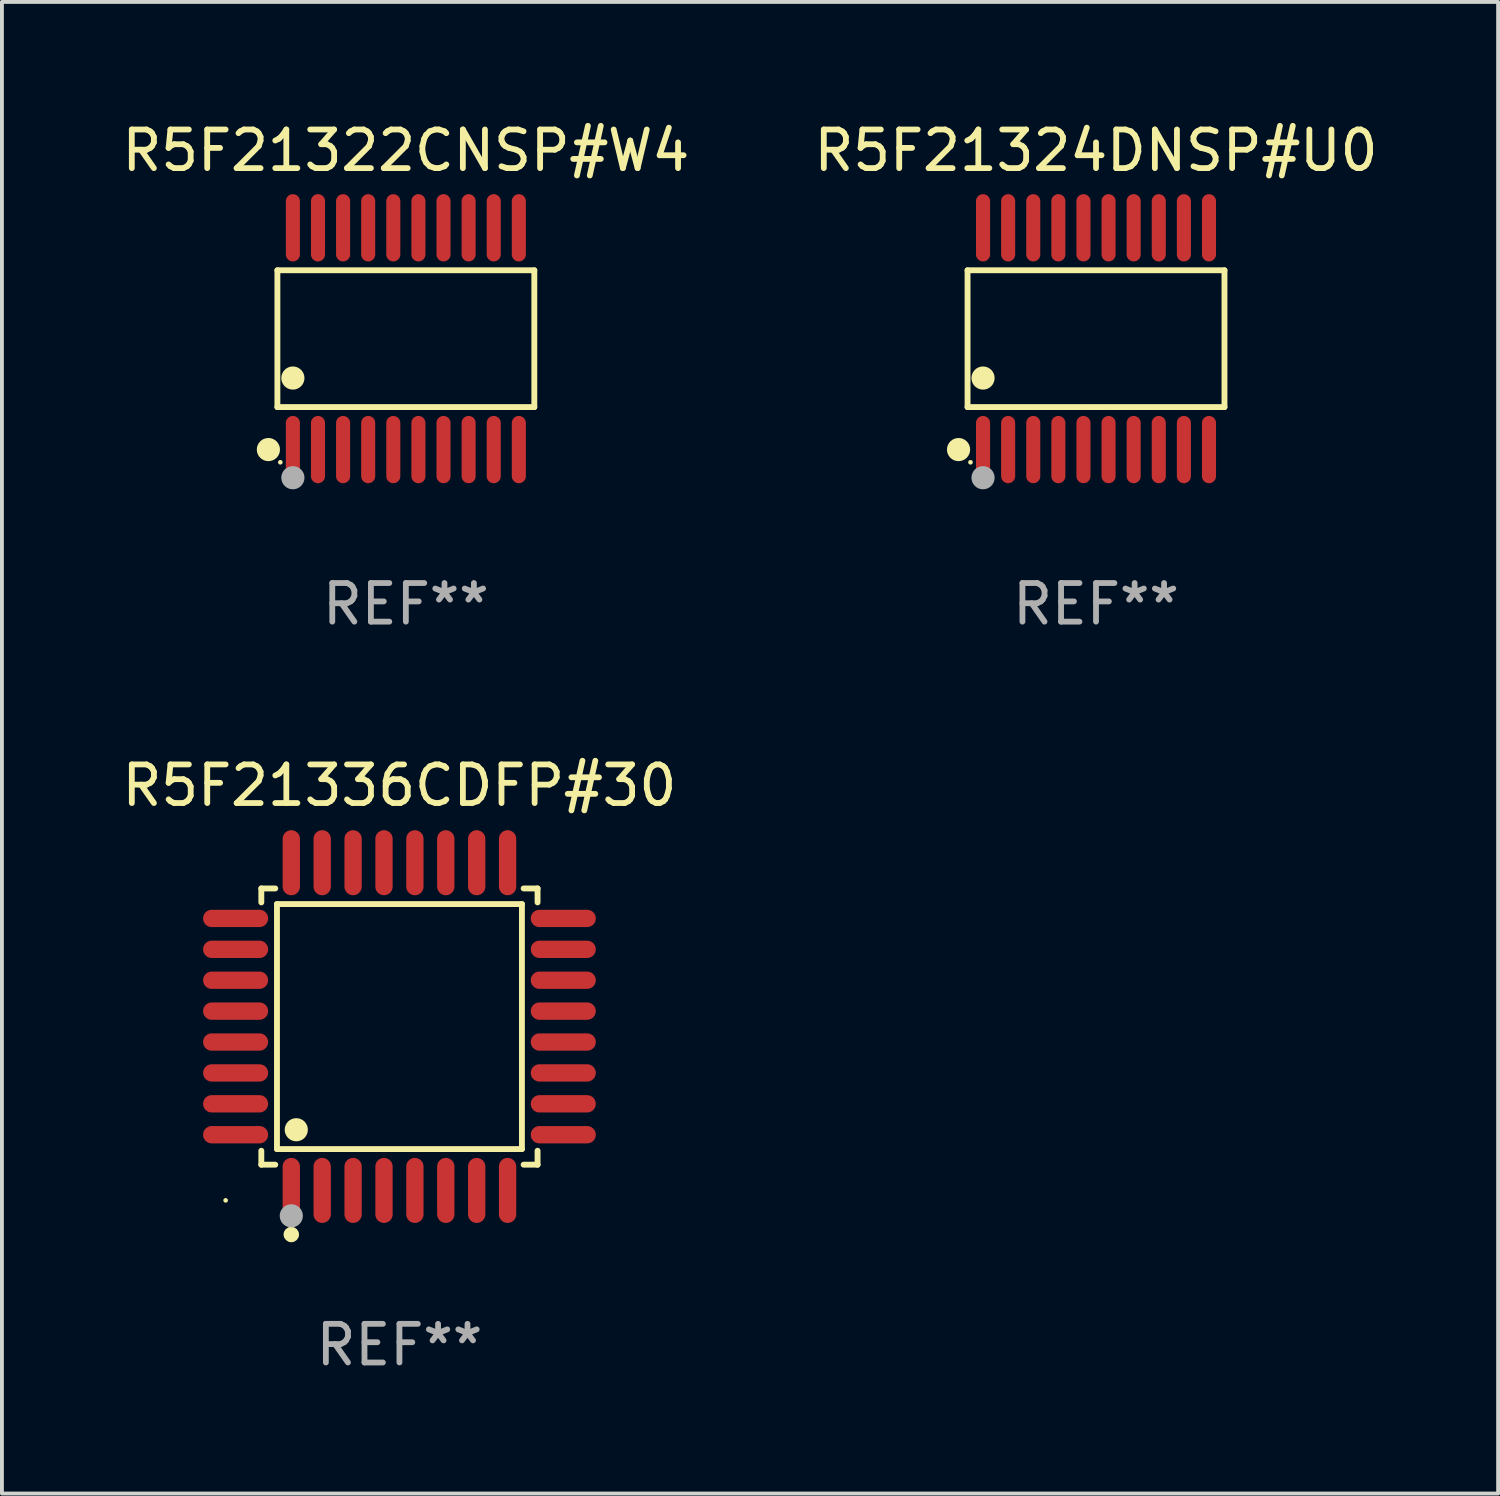
<source format=kicad_pcb>
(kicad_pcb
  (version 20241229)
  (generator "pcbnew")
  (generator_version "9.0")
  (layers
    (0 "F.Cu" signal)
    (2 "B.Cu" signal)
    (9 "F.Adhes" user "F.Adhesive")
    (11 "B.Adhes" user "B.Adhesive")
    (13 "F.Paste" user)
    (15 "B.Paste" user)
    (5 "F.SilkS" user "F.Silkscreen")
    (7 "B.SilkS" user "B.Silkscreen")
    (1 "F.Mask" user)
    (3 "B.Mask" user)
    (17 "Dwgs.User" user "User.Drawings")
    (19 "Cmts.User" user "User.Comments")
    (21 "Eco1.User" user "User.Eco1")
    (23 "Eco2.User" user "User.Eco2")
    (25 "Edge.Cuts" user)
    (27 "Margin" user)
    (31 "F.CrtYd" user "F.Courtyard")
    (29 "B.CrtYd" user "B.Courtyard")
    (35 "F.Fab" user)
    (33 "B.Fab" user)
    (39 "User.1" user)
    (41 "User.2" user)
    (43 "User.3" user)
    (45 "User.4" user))
  (footprint "R5F21324DNSP#U0"
    (layer "F.Cu")
    (at 25.327 5.719)
    (property "Reference" "R5F21324DNSP#U0" (at 0 -4.871 0) (layer "F.SilkS") (effects (font (size 1 1) (thickness 0.15))))
    (attr through_hole)
    (fp_line (start -3.326 -1.771) (end 3.326 -1.771) (stroke (width 0.152) (type solid)) (layer "F.SilkS"))
    (fp_line (start -3.326 1.771) (end -3.326 -1.771) (stroke (width 0.152) (type solid)) (layer "F.SilkS"))
    (fp_line (start 3.326 -1.771) (end 3.326 1.771) (stroke (width 0.152) (type solid)) (layer "F.SilkS"))
    (fp_line (start 3.326 1.771) (end -3.326 1.771) (stroke (width 0.152) (type solid)) (layer "F.SilkS"))
    (fp_circle (center -3.559 2.871) (end -3.409 2.871) (stroke (width 0.3) (type solid)) (fill no) (layer "F.SilkS"))
    (fp_circle (center -3.25 3.2) (end -3.22 3.2) (stroke (width 0.06) (type solid)) (fill no) (layer "F.SilkS"))
    (fp_circle (center -2.925 1.019) (end -2.775 1.019) (stroke (width 0.3) (type solid)) (fill no) (layer "F.SilkS"))
    (fp_circle (center -2.925 3.6) (end -2.775 3.6) (stroke (width 0.3) (type solid)) (fill no) (layer "F.Fab"))
    (fp_text user "REF**" (at 0 6.871 0) (layer "F.Fab") (effects (font (size 1 1) (thickness 0.15))))
    (pad "1" smd oval (at -2.925 2.871) (size 0.364 1.742) (layers "F.Cu" "F.Mask" "F.Paste"))
    (pad "2" smd oval (at -2.275 2.871) (size 0.364 1.742) (layers "F.Cu" "F.Mask" "F.Paste"))
    (pad "3" smd oval (at -1.625 2.871) (size 0.364 1.742) (layers "F.Cu" "F.Mask" "F.Paste"))
    (pad "4" smd oval (at -0.975 2.871) (size 0.364 1.742) (layers "F.Cu" "F.Mask" "F.Paste"))
    (pad "5" smd oval (at -0.325 2.871) (size 0.364 1.742) (layers "F.Cu" "F.Mask" "F.Paste"))
    (pad "6" smd oval (at 0.325 2.871) (size 0.364 1.742) (layers "F.Cu" "F.Mask" "F.Paste"))
    (pad "7" smd oval (at 0.975 2.871) (size 0.364 1.742) (layers "F.Cu" "F.Mask" "F.Paste"))
    (pad "8" smd oval (at 1.625 2.871) (size 0.364 1.742) (layers "F.Cu" "F.Mask" "F.Paste"))
    (pad "9" smd oval (at 2.275 2.871) (size 0.364 1.742) (layers "F.Cu" "F.Mask" "F.Paste"))
    (pad "10" smd oval (at 2.925 2.871) (size 0.364 1.742) (layers "F.Cu" "F.Mask" "F.Paste"))
    (pad "11" smd oval (at 2.925 -2.871) (size 0.364 1.742) (layers "F.Cu" "F.Mask" "F.Paste"))
    (pad "12" smd oval (at 2.275 -2.871) (size 0.364 1.742) (layers "F.Cu" "F.Mask" "F.Paste"))
    (pad "13" smd oval (at 1.625 -2.871) (size 0.364 1.742) (layers "F.Cu" "F.Mask" "F.Paste"))
    (pad "14" smd oval (at 0.975 -2.871) (size 0.364 1.742) (layers "F.Cu" "F.Mask" "F.Paste"))
    (pad "15" smd oval (at 0.325 -2.871) (size 0.364 1.742) (layers "F.Cu" "F.Mask" "F.Paste"))
    (pad "16" smd oval (at -0.325 -2.871) (size 0.364 1.742) (layers "F.Cu" "F.Mask" "F.Paste"))
    (pad "17" smd oval (at -0.975 -2.871) (size 0.364 1.742) (layers "F.Cu" "F.Mask" "F.Paste"))
    (pad "18" smd oval (at -1.625 -2.871) (size 0.364 1.742) (layers "F.Cu" "F.Mask" "F.Paste"))
    (pad "19" smd oval (at -2.275 -2.871) (size 0.364 1.742) (layers "F.Cu" "F.Mask" "F.Paste"))
    (pad "20" smd oval (at -2.925 -2.871) (size 0.364 1.742) (layers "F.Cu" "F.Mask" "F.Paste")))
  (footprint "R5F21336CDFP#30"
    (layer "F.Cu")
    (at 7.292 23.529)
    (property "Reference" "R5F21336CDFP#30" (at 0 -6.242 0) (layer "F.SilkS") (effects (font (size 1 1) (thickness 0.15))))
    (attr through_hole)
    (fp_line (start -3.576 -3.576) (end -3.215 -3.576) (stroke (width 0.152) (type solid)) (layer "F.SilkS"))
    (fp_line (start -3.576 -3.215) (end -3.576 -3.576) (stroke (width 0.152) (type solid)) (layer "F.SilkS"))
    (fp_line (start -3.576 3.215) (end -3.576 3.576) (stroke (width 0.152) (type solid)) (layer "F.SilkS"))
    (fp_line (start -3.576 3.576) (end -3.215 3.576) (stroke (width 0.152) (type solid)) (layer "F.SilkS"))
    (fp_line (start -3.171 -3.171) (end 3.171 -3.171) (stroke (width 0.152) (type solid)) (layer "F.SilkS"))
    (fp_line (start -3.171 3.171) (end -3.171 -3.171) (stroke (width 0.152) (type solid)) (layer "F.SilkS"))
    (fp_line (start 3.171 -3.171) (end 3.171 3.171) (stroke (width 0.152) (type solid)) (layer "F.SilkS"))
    (fp_line (start 3.171 3.171) (end -3.171 3.171) (stroke (width 0.152) (type solid)) (layer "F.SilkS"))
    (fp_line (start 3.576 -3.576) (end 3.215 -3.576) (stroke (width 0.152) (type solid)) (layer "F.SilkS"))
    (fp_line (start 3.576 -3.215) (end 3.576 -3.576) (stroke (width 0.152) (type solid)) (layer "F.SilkS"))
    (fp_line (start 3.576 3.215) (end 3.576 3.576) (stroke (width 0.152) (type solid)) (layer "F.SilkS"))
    (fp_line (start 3.576 3.576) (end 3.215 3.576) (stroke (width 0.152) (type solid)) (layer "F.SilkS"))
    (fp_circle (center -4.5 4.5) (end -4.47 4.5) (stroke (width 0.06) (type solid)) (fill no) (layer "F.SilkS"))
    (fp_circle (center -2.8 5.384) (end -2.7 5.384) (stroke (width 0.2) (type solid)) (fill no) (layer "F.SilkS"))
    (fp_circle (center -2.671 2.671) (end -2.521 2.671) (stroke (width 0.3) (type solid)) (fill no) (layer "F.SilkS"))
    (fp_circle (center -2.8 4.9) (end -2.65 4.9) (stroke (width 0.3) (type solid)) (fill no) (layer "F.Fab"))
    (fp_text user "REF**" (at 0 8.242 0) (layer "F.Fab") (effects (font (size 1 1) (thickness 0.15))))
    (pad "1" smd oval (at -2.8 4.242) (size 0.448 1.684) (layers "F.Cu" "F.Mask" "F.Paste"))
    (pad "2" smd oval (at -2 4.242) (size 0.448 1.684) (layers "F.Cu" "F.Mask" "F.Paste"))
    (pad "3" smd oval (at -1.2 4.242) (size 0.448 1.684) (layers "F.Cu" "F.Mask" "F.Paste"))
    (pad "4" smd oval (at -0.4 4.242) (size 0.448 1.684) (layers "F.Cu" "F.Mask" "F.Paste"))
    (pad "5" smd oval (at 0.4 4.242) (size 0.448 1.684) (layers "F.Cu" "F.Mask" "F.Paste"))
    (pad "6" smd oval (at 1.2 4.242) (size 0.448 1.684) (layers "F.Cu" "F.Mask" "F.Paste"))
    (pad "7" smd oval (at 2 4.242) (size 0.448 1.684) (layers "F.Cu" "F.Mask" "F.Paste"))
    (pad "8" smd oval (at 2.8 4.242) (size 0.448 1.684) (layers "F.Cu" "F.Mask" "F.Paste"))
    (pad "9" smd oval (at 4.242 2.8) (size 1.684 0.448) (layers "F.Cu" "F.Mask" "F.Paste"))
    (pad "10" smd oval (at 4.242 2) (size 1.684 0.448) (layers "F.Cu" "F.Mask" "F.Paste"))
    (pad "11" smd oval (at 4.242 1.2) (size 1.684 0.448) (layers "F.Cu" "F.Mask" "F.Paste"))
    (pad "12" smd oval (at 4.242 0.4) (size 1.684 0.448) (layers "F.Cu" "F.Mask" "F.Paste"))
    (pad "13" smd oval (at 4.242 -0.4) (size 1.684 0.448) (layers "F.Cu" "F.Mask" "F.Paste"))
    (pad "14" smd oval (at 4.242 -1.2) (size 1.684 0.448) (layers "F.Cu" "F.Mask" "F.Paste"))
    (pad "15" smd oval (at 4.242 -2) (size 1.684 0.448) (layers "F.Cu" "F.Mask" "F.Paste"))
    (pad "16" smd oval (at 4.242 -2.8) (size 1.684 0.448) (layers "F.Cu" "F.Mask" "F.Paste"))
    (pad "17" smd oval (at 2.8 -4.242) (size 0.448 1.684) (layers "F.Cu" "F.Mask" "F.Paste"))
    (pad "18" smd oval (at 2 -4.242) (size 0.448 1.684) (layers "F.Cu" "F.Mask" "F.Paste"))
    (pad "19" smd oval (at 1.2 -4.242) (size 0.448 1.684) (layers "F.Cu" "F.Mask" "F.Paste"))
    (pad "20" smd oval (at 0.4 -4.242) (size 0.448 1.684) (layers "F.Cu" "F.Mask" "F.Paste"))
    (pad "21" smd oval (at -0.4 -4.242) (size 0.448 1.684) (layers "F.Cu" "F.Mask" "F.Paste"))
    (pad "22" smd oval (at -1.2 -4.242) (size 0.448 1.684) (layers "F.Cu" "F.Mask" "F.Paste"))
    (pad "23" smd oval (at -2 -4.242) (size 0.448 1.684) (layers "F.Cu" "F.Mask" "F.Paste"))
    (pad "24" smd oval (at -2.8 -4.242) (size 0.448 1.684) (layers "F.Cu" "F.Mask" "F.Paste"))
    (pad "25" smd oval (at -4.242 -2.8) (size 1.684 0.448) (layers "F.Cu" "F.Mask" "F.Paste"))
    (pad "26" smd oval (at -4.242 -2) (size 1.684 0.448) (layers "F.Cu" "F.Mask" "F.Paste"))
    (pad "27" smd oval (at -4.242 -1.2) (size 1.684 0.448) (layers "F.Cu" "F.Mask" "F.Paste"))
    (pad "28" smd oval (at -4.242 -0.4) (size 1.684 0.448) (layers "F.Cu" "F.Mask" "F.Paste"))
    (pad "29" smd oval (at -4.242 0.4) (size 1.684 0.448) (layers "F.Cu" "F.Mask" "F.Paste"))
    (pad "30" smd oval (at -4.242 1.2) (size 1.684 0.448) (layers "F.Cu" "F.Mask" "F.Paste"))
    (pad "31" smd oval (at -4.242 2) (size 1.684 0.448) (layers "F.Cu" "F.Mask" "F.Paste"))
    (pad "32" smd oval (at -4.242 2.8) (size 1.684 0.448) (layers "F.Cu" "F.Mask" "F.Paste")))
  (footprint "R5F21322CNSP#W4"
    (layer "F.Cu")
    (at 7.458 5.719)
    (property "Reference" "R5F21322CNSP#W4" (at 0 -4.871 0) (layer "F.SilkS") (effects (font (size 1 1) (thickness 0.15))))
    (attr through_hole)
    (fp_line (start -3.326 -1.771) (end 3.326 -1.771) (stroke (width 0.152) (type solid)) (layer "F.SilkS"))
    (fp_line (start -3.326 1.771) (end -3.326 -1.771) (stroke (width 0.152) (type solid)) (layer "F.SilkS"))
    (fp_line (start 3.326 -1.771) (end 3.326 1.771) (stroke (width 0.152) (type solid)) (layer "F.SilkS"))
    (fp_line (start 3.326 1.771) (end -3.326 1.771) (stroke (width 0.152) (type solid)) (layer "F.SilkS"))
    (fp_circle (center -3.559 2.871) (end -3.409 2.871) (stroke (width 0.3) (type solid)) (fill no) (layer "F.SilkS"))
    (fp_circle (center -3.25 3.2) (end -3.22 3.2) (stroke (width 0.06) (type solid)) (fill no) (layer "F.SilkS"))
    (fp_circle (center -2.925 1.019) (end -2.775 1.019) (stroke (width 0.3) (type solid)) (fill no) (layer "F.SilkS"))
    (fp_circle (center -2.925 3.6) (end -2.775 3.6) (stroke (width 0.3) (type solid)) (fill no) (layer "F.Fab"))
    (fp_text user "REF**" (at 0 6.871 0) (layer "F.Fab") (effects (font (size 1 1) (thickness 0.15))))
    (pad "1" smd oval (at -2.925 2.871) (size 0.364 1.742) (layers "F.Cu" "F.Mask" "F.Paste"))
    (pad "2" smd oval (at -2.275 2.871) (size 0.364 1.742) (layers "F.Cu" "F.Mask" "F.Paste"))
    (pad "3" smd oval (at -1.625 2.871) (size 0.364 1.742) (layers "F.Cu" "F.Mask" "F.Paste"))
    (pad "4" smd oval (at -0.975 2.871) (size 0.364 1.742) (layers "F.Cu" "F.Mask" "F.Paste"))
    (pad "5" smd oval (at -0.325 2.871) (size 0.364 1.742) (layers "F.Cu" "F.Mask" "F.Paste"))
    (pad "6" smd oval (at 0.325 2.871) (size 0.364 1.742) (layers "F.Cu" "F.Mask" "F.Paste"))
    (pad "7" smd oval (at 0.975 2.871) (size 0.364 1.742) (layers "F.Cu" "F.Mask" "F.Paste"))
    (pad "8" smd oval (at 1.625 2.871) (size 0.364 1.742) (layers "F.Cu" "F.Mask" "F.Paste"))
    (pad "9" smd oval (at 2.275 2.871) (size 0.364 1.742) (layers "F.Cu" "F.Mask" "F.Paste"))
    (pad "10" smd oval (at 2.925 2.871) (size 0.364 1.742) (layers "F.Cu" "F.Mask" "F.Paste"))
    (pad "11" smd oval (at 2.925 -2.871) (size 0.364 1.742) (layers "F.Cu" "F.Mask" "F.Paste"))
    (pad "12" smd oval (at 2.275 -2.871) (size 0.364 1.742) (layers "F.Cu" "F.Mask" "F.Paste"))
    (pad "13" smd oval (at 1.625 -2.871) (size 0.364 1.742) (layers "F.Cu" "F.Mask" "F.Paste"))
    (pad "14" smd oval (at 0.975 -2.871) (size 0.364 1.742) (layers "F.Cu" "F.Mask" "F.Paste"))
    (pad "15" smd oval (at 0.325 -2.871) (size 0.364 1.742) (layers "F.Cu" "F.Mask" "F.Paste"))
    (pad "16" smd oval (at -0.325 -2.871) (size 0.364 1.742) (layers "F.Cu" "F.Mask" "F.Paste"))
    (pad "17" smd oval (at -0.975 -2.871) (size 0.364 1.742) (layers "F.Cu" "F.Mask" "F.Paste"))
    (pad "18" smd oval (at -1.625 -2.871) (size 0.364 1.742) (layers "F.Cu" "F.Mask" "F.Paste"))
    (pad "19" smd oval (at -2.275 -2.871) (size 0.364 1.742) (layers "F.Cu" "F.Mask" "F.Paste"))
    (pad "20" smd oval (at -2.925 -2.871) (size 0.364 1.742) (layers "F.Cu" "F.Mask" "F.Paste")))
  (gr_rect
    (start -3 -3)
    (end 35.738 35.619)
    (stroke (width 0.1) (type default))
    (fill no)
    (layer "Edge.Cuts")))
</source>
